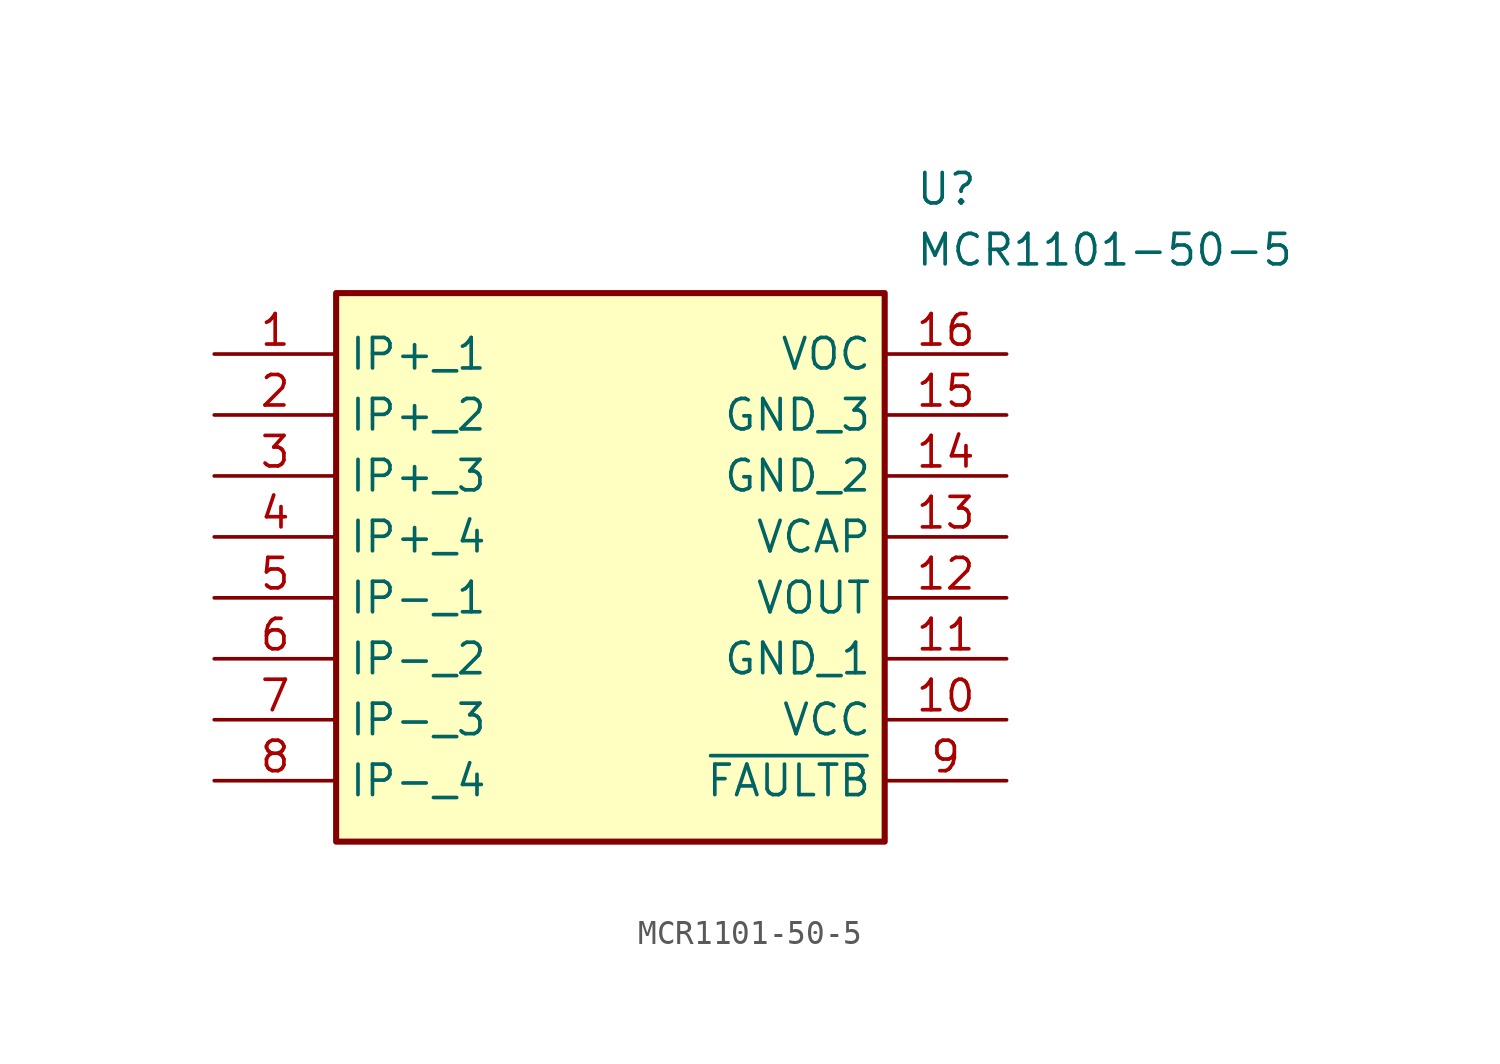
<source format=kicad_sym>
(kicad_symbol_lib
  (version 20211014)
  (generator SamacSys_ECAD_Model)
  (symbol "MCR1101-50-5"
    (property "Reference" "U"
      (at 29.21 7.62 0)
      (effects (font (size 1.27 1.27)) (justify left top)))
    (property "Value" "MCR1101-50-5"
      (at 29.21 5.08 0)
      (effects (font (size 1.27 1.27)) (justify left top)))
    (rectangle
      (start 5.08 2.54)
      (end 27.94 -20.32)
      (stroke (width 0.254) (type default))
      (fill (type background)))
    (pin passive line
      (at 0 0 0)
      (length 5.08)
      (name "IP+_1" (effects (font (size 1.27 1.27))))
      (number "1" (effects (font (size 1.27 1.27)))))
    (pin passive line
      (at 0 -2.54 0)
      (length 5.08)
      (name "IP+_2" (effects (font (size 1.27 1.27))))
      (number "2" (effects (font (size 1.27 1.27)))))
    (pin passive line
      (at 0 -5.08 0)
      (length 5.08)
      (name "IP+_3" (effects (font (size 1.27 1.27))))
      (number "3" (effects (font (size 1.27 1.27)))))
    (pin passive line
      (at 0 -7.62 0)
      (length 5.08)
      (name "IP+_4" (effects (font (size 1.27 1.27))))
      (number "4" (effects (font (size 1.27 1.27)))))
    (pin passive line
      (at 0 -10.16 0)
      (length 5.08)
      (name "IP-_1" (effects (font (size 1.27 1.27))))
      (number "5" (effects (font (size 1.27 1.27)))))
    (pin passive line
      (at 0 -12.7 0)
      (length 5.08)
      (name "IP-_2" (effects (font (size 1.27 1.27))))
      (number "6" (effects (font (size 1.27 1.27)))))
    (pin passive line
      (at 0 -15.24 0)
      (length 5.08)
      (name "IP-_3" (effects (font (size 1.27 1.27))))
      (number "7" (effects (font (size 1.27 1.27)))))
    (pin passive line
      (at 0 -17.78 0)
      (length 5.08)
      (name "IP-_4" (effects (font (size 1.27 1.27))))
      (number "8" (effects (font (size 1.27 1.27)))))
    (pin passive line
      (at 33.02 -17.78 180)
      (length 5.08)
      (name "~{FAULTB}" (effects (font (size 1.27 1.27))))
      (number "9" (effects (font (size 1.27 1.27)))))
    (pin passive line
      (at 33.02 -15.24 180)
      (length 5.08)
      (name "VCC" (effects (font (size 1.27 1.27))))
      (number "10" (effects (font (size 1.27 1.27)))))
    (pin passive line
      (at 33.02 -12.7 180)
      (length 5.08)
      (name "GND_1" (effects (font (size 1.27 1.27))))
      (number "11" (effects (font (size 1.27 1.27)))))
    (pin passive line
      (at 33.02 -10.16 180)
      (length 5.08)
      (name "VOUT" (effects (font (size 1.27 1.27))))
      (number "12" (effects (font (size 1.27 1.27)))))
    (pin passive line
      (at 33.02 -7.62 180)
      (length 5.08)
      (name "VCAP" (effects (font (size 1.27 1.27))))
      (number "13" (effects (font (size 1.27 1.27)))))
    (pin passive line
      (at 33.02 -5.08 180)
      (length 5.08)
      (name "GND_2" (effects (font (size 1.27 1.27))))
      (number "14" (effects (font (size 1.27 1.27)))))
    (pin passive line
      (at 33.02 -2.54 180)
      (length 5.08)
      (name "GND_3" (effects (font (size 1.27 1.27))))
      (number "15" (effects (font (size 1.27 1.27)))))
    (pin passive line
      (at 33.02 0 180)
      (length 5.08)
      (name "VOC" (effects (font (size 1.27 1.27))))
      (number "16" (effects (font (size 1.27 1.27)))))))
</source>
